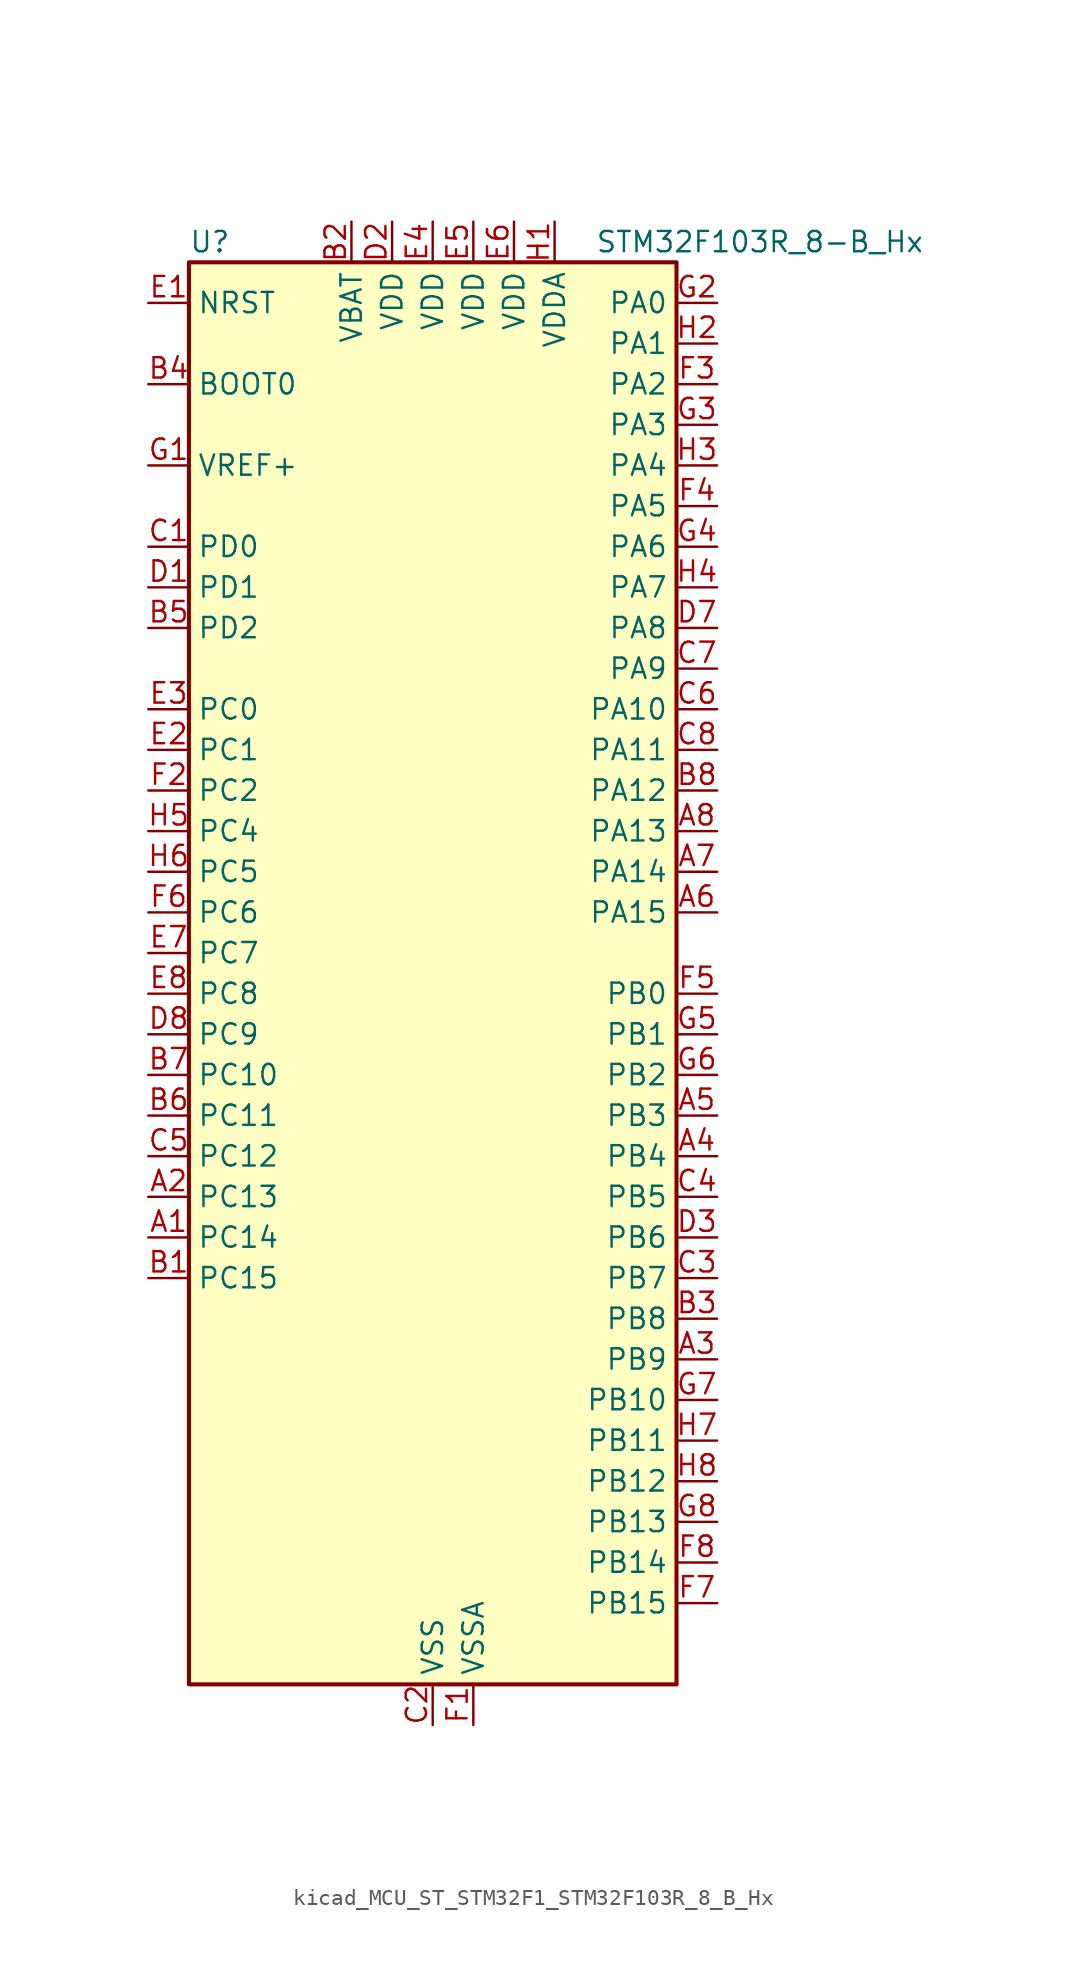
<source format=kicad_sym>
(kicad_symbol_lib
  (version 20220914)
  (generator kicad_symbol_editor)
  (symbol "kicad_MCU_ST_STM32F1_STM32F103R_8_B_Hx"
    (property "Reference" "U"
      (at -15.24 46.99 0)
      (effects (font (size 1.27 1.27)) (justify left)))
    (property "Value" "STM32F103R_8-B_Hx"
      (at 10.16 46.99 0)
      (effects (font (size 1.27 1.27)) (justify left)))
    (property "ki_locked" ""
      (at 0 0 0)
      (effects (font (size 1.27 1.27))))
    (symbol "kicad_MCU_ST_STM32F1_STM32F103R_8_B_Hx_0_1"
      (rectangle (start -15.24 -43.18) (end 15.24 45.72) (stroke (width 0.254) (type default)) (fill (type background))))
    (symbol "kicad_MCU_ST_STM32F1_STM32F103R_8_B_Hx_1_1"
      (pin bidirectional line (at -17.78 -15.24 0) (length 2.54) (name "PC14" (effects (font (size 1.27 1.27)))) (number "A1" (effects (font (size 1.27 1.27)))) (alternate "RCC_OSC32_IN" bidirectional line))
      (pin bidirectional line (at -17.78 -12.7 0) (length 2.54) (name "PC13" (effects (font (size 1.27 1.27)))) (number "A2" (effects (font (size 1.27 1.27)))) (alternate "RTC_OUT" bidirectional line) (alternate "RTC_TAMPER" bidirectional line))
      (pin bidirectional line (at 17.78 -22.86 180) (length 2.54) (name "PB9" (effects (font (size 1.27 1.27)))) (number "A3" (effects (font (size 1.27 1.27)))) (alternate "CAN_TX" bidirectional line) (alternate "I2C1_SDA" bidirectional line) (alternate "TIM4_CH4" bidirectional line))
      (pin bidirectional line (at 17.78 -10.16 180) (length 2.54) (name "PB4" (effects (font (size 1.27 1.27)))) (number "A4" (effects (font (size 1.27 1.27)))) (alternate "SPI1_MISO" bidirectional line) (alternate "SYS_NJTRST" bidirectional line) (alternate "TIM3_CH1" bidirectional line))
      (pin bidirectional line (at 17.78 -7.62 180) (length 2.54) (name "PB3" (effects (font (size 1.27 1.27)))) (number "A5" (effects (font (size 1.27 1.27)))) (alternate "SPI1_SCK" bidirectional line) (alternate "SYS_JTDO-TRACESWO" bidirectional line) (alternate "TIM2_CH2" bidirectional line))
      (pin bidirectional line (at 17.78 5.08 180) (length 2.54) (name "PA15" (effects (font (size 1.27 1.27)))) (number "A6" (effects (font (size 1.27 1.27)))) (alternate "ADC1_EXTI15" bidirectional line) (alternate "ADC2_EXTI15" bidirectional line) (alternate "SPI1_NSS" bidirectional line) (alternate "SYS_JTDI" bidirectional line) (alternate "TIM2_CH1" bidirectional line) (alternate "TIM2_ETR" bidirectional line))
      (pin bidirectional line (at 17.78 7.62 180) (length 2.54) (name "PA14" (effects (font (size 1.27 1.27)))) (number "A7" (effects (font (size 1.27 1.27)))) (alternate "SYS_JTCK-SWCLK" bidirectional line))
      (pin bidirectional line (at 17.78 10.16 180) (length 2.54) (name "PA13" (effects (font (size 1.27 1.27)))) (number "A8" (effects (font (size 1.27 1.27)))) (alternate "SYS_JTMS-SWDIO" bidirectional line))
      (pin bidirectional line (at -17.78 -17.78 0) (length 2.54) (name "PC15" (effects (font (size 1.27 1.27)))) (number "B1" (effects (font (size 1.27 1.27)))) (alternate "ADC1_EXTI15" bidirectional line) (alternate "ADC2_EXTI15" bidirectional line) (alternate "RCC_OSC32_OUT" bidirectional line))
      (pin power_in line (at -5.08 48.26 270) (length 2.54) (name "VBAT" (effects (font (size 1.27 1.27)))) (number "B2" (effects (font (size 1.27 1.27)))))
      (pin bidirectional line (at 17.78 -20.32 180) (length 2.54) (name "PB8" (effects (font (size 1.27 1.27)))) (number "B3" (effects (font (size 1.27 1.27)))) (alternate "CAN_RX" bidirectional line) (alternate "I2C1_SCL" bidirectional line) (alternate "TIM4_CH3" bidirectional line))
      (pin input line (at -17.78 38.1 0) (length 2.54) (name "BOOT0" (effects (font (size 1.27 1.27)))) (number "B4" (effects (font (size 1.27 1.27)))))
      (pin bidirectional line (at -17.78 22.86 0) (length 2.54) (name "PD2" (effects (font (size 1.27 1.27)))) (number "B5" (effects (font (size 1.27 1.27)))) (alternate "TIM3_ETR" bidirectional line))
      (pin bidirectional line (at -17.78 -7.62 0) (length 2.54) (name "PC11" (effects (font (size 1.27 1.27)))) (number "B6" (effects (font (size 1.27 1.27)))) (alternate "ADC1_EXTI11" bidirectional line) (alternate "ADC2_EXTI11" bidirectional line) (alternate "USART3_RX" bidirectional line))
      (pin bidirectional line (at -17.78 -5.08 0) (length 2.54) (name "PC10" (effects (font (size 1.27 1.27)))) (number "B7" (effects (font (size 1.27 1.27)))) (alternate "USART3_TX" bidirectional line))
      (pin bidirectional line (at 17.78 12.7 180) (length 2.54) (name "PA12" (effects (font (size 1.27 1.27)))) (number "B8" (effects (font (size 1.27 1.27)))) (alternate "CAN_TX" bidirectional line) (alternate "TIM1_ETR" bidirectional line) (alternate "USART1_RTS" bidirectional line) (alternate "USB_DP" bidirectional line))
      (pin bidirectional line (at -17.78 27.94 0) (length 2.54) (name "PD0" (effects (font (size 1.27 1.27)))) (number "C1" (effects (font (size 1.27 1.27)))) (alternate "RCC_OSC_IN" bidirectional line))
      (pin power_in line (at 0 -45.72 90) (length 2.54) (name "VSS" (effects (font (size 1.27 1.27)))) (number "C2" (effects (font (size 1.27 1.27)))))
      (pin bidirectional line (at 17.78 -17.78 180) (length 2.54) (name "PB7" (effects (font (size 1.27 1.27)))) (number "C3" (effects (font (size 1.27 1.27)))) (alternate "I2C1_SDA" bidirectional line) (alternate "TIM4_CH2" bidirectional line) (alternate "USART1_RX" bidirectional line))
      (pin bidirectional line (at 17.78 -12.7 180) (length 2.54) (name "PB5" (effects (font (size 1.27 1.27)))) (number "C4" (effects (font (size 1.27 1.27)))) (alternate "I2C1_SMBA" bidirectional line) (alternate "SPI1_MOSI" bidirectional line) (alternate "TIM3_CH2" bidirectional line))
      (pin bidirectional line (at -17.78 -10.16 0) (length 2.54) (name "PC12" (effects (font (size 1.27 1.27)))) (number "C5" (effects (font (size 1.27 1.27)))) (alternate "USART3_CK" bidirectional line))
      (pin bidirectional line (at 17.78 17.78 180) (length 2.54) (name "PA10" (effects (font (size 1.27 1.27)))) (number "C6" (effects (font (size 1.27 1.27)))) (alternate "TIM1_CH3" bidirectional line) (alternate "USART1_RX" bidirectional line))
      (pin bidirectional line (at 17.78 20.32 180) (length 2.54) (name "PA9" (effects (font (size 1.27 1.27)))) (number "C7" (effects (font (size 1.27 1.27)))) (alternate "TIM1_CH2" bidirectional line) (alternate "USART1_TX" bidirectional line))
      (pin bidirectional line (at 17.78 15.24 180) (length 2.54) (name "PA11" (effects (font (size 1.27 1.27)))) (number "C8" (effects (font (size 1.27 1.27)))) (alternate "ADC1_EXTI11" bidirectional line) (alternate "ADC2_EXTI11" bidirectional line) (alternate "CAN_RX" bidirectional line) (alternate "TIM1_CH4" bidirectional line) (alternate "USART1_CTS" bidirectional line) (alternate "USB_DM" bidirectional line))
      (pin bidirectional line (at -17.78 25.4 0) (length 2.54) (name "PD1" (effects (font (size 1.27 1.27)))) (number "D1" (effects (font (size 1.27 1.27)))) (alternate "RCC_OSC_OUT" bidirectional line))
      (pin power_in line (at -2.54 48.26 270) (length 2.54) (name "VDD" (effects (font (size 1.27 1.27)))) (number "D2" (effects (font (size 1.27 1.27)))))
      (pin bidirectional line (at 17.78 -15.24 180) (length 2.54) (name "PB6" (effects (font (size 1.27 1.27)))) (number "D3" (effects (font (size 1.27 1.27)))) (alternate "I2C1_SCL" bidirectional line) (alternate "TIM4_CH1" bidirectional line) (alternate "USART1_TX" bidirectional line))
      (pin passive line (at 0 -45.72 90) (length 2.54) hide (name "VSS" (effects (font (size 1.27 1.27)))) (number "D4" (effects (font (size 1.27 1.27)))))
      (pin passive line (at 0 -45.72 90) (length 2.54) hide (name "VSS" (effects (font (size 1.27 1.27)))) (number "D5" (effects (font (size 1.27 1.27)))))
      (pin passive line (at 0 -45.72 90) (length 2.54) hide (name "VSS" (effects (font (size 1.27 1.27)))) (number "D6" (effects (font (size 1.27 1.27)))))
      (pin bidirectional line (at 17.78 22.86 180) (length 2.54) (name "PA8" (effects (font (size 1.27 1.27)))) (number "D7" (effects (font (size 1.27 1.27)))) (alternate "RCC_MCO" bidirectional line) (alternate "TIM1_CH1" bidirectional line) (alternate "USART1_CK" bidirectional line))
      (pin bidirectional line (at -17.78 -2.54 0) (length 2.54) (name "PC9" (effects (font (size 1.27 1.27)))) (number "D8" (effects (font (size 1.27 1.27)))) (alternate "TIM3_CH4" bidirectional line))
      (pin input line (at -17.78 43.18 0) (length 2.54) (name "NRST" (effects (font (size 1.27 1.27)))) (number "E1" (effects (font (size 1.27 1.27)))))
      (pin bidirectional line (at -17.78 15.24 0) (length 2.54) (name "PC1" (effects (font (size 1.27 1.27)))) (number "E2" (effects (font (size 1.27 1.27)))) (alternate "ADC1_IN11" bidirectional line) (alternate "ADC2_IN11" bidirectional line))
      (pin bidirectional line (at -17.78 17.78 0) (length 2.54) (name "PC0" (effects (font (size 1.27 1.27)))) (number "E3" (effects (font (size 1.27 1.27)))) (alternate "ADC1_IN10" bidirectional line) (alternate "ADC2_IN10" bidirectional line))
      (pin power_in line (at 0 48.26 270) (length 2.54) (name "VDD" (effects (font (size 1.27 1.27)))) (number "E4" (effects (font (size 1.27 1.27)))))
      (pin power_in line (at 2.54 48.26 270) (length 2.54) (name "VDD" (effects (font (size 1.27 1.27)))) (number "E5" (effects (font (size 1.27 1.27)))))
      (pin power_in line (at 5.08 48.26 270) (length 2.54) (name "VDD" (effects (font (size 1.27 1.27)))) (number "E6" (effects (font (size 1.27 1.27)))))
      (pin bidirectional line (at -17.78 2.54 0) (length 2.54) (name "PC7" (effects (font (size 1.27 1.27)))) (number "E7" (effects (font (size 1.27 1.27)))) (alternate "TIM3_CH2" bidirectional line))
      (pin bidirectional line (at -17.78 0 0) (length 2.54) (name "PC8" (effects (font (size 1.27 1.27)))) (number "E8" (effects (font (size 1.27 1.27)))) (alternate "TIM3_CH3" bidirectional line))
      (pin power_in line (at 2.54 -45.72 90) (length 2.54) (name "VSSA" (effects (font (size 1.27 1.27)))) (number "F1" (effects (font (size 1.27 1.27)))))
      (pin bidirectional line (at -17.78 12.7 0) (length 2.54) (name "PC2" (effects (font (size 1.27 1.27)))) (number "F2" (effects (font (size 1.27 1.27)))) (alternate "ADC1_IN12" bidirectional line) (alternate "ADC2_IN12" bidirectional line))
      (pin bidirectional line (at 17.78 38.1 180) (length 2.54) (name "PA2" (effects (font (size 1.27 1.27)))) (number "F3" (effects (font (size 1.27 1.27)))) (alternate "ADC1_IN2" bidirectional line) (alternate "ADC2_IN2" bidirectional line) (alternate "TIM2_CH3" bidirectional line) (alternate "USART2_TX" bidirectional line))
      (pin bidirectional line (at 17.78 30.48 180) (length 2.54) (name "PA5" (effects (font (size 1.27 1.27)))) (number "F4" (effects (font (size 1.27 1.27)))) (alternate "ADC1_IN5" bidirectional line) (alternate "ADC2_IN5" bidirectional line) (alternate "SPI1_SCK" bidirectional line))
      (pin bidirectional line (at 17.78 0 180) (length 2.54) (name "PB0" (effects (font (size 1.27 1.27)))) (number "F5" (effects (font (size 1.27 1.27)))) (alternate "ADC1_IN8" bidirectional line) (alternate "ADC2_IN8" bidirectional line) (alternate "TIM1_CH2N" bidirectional line) (alternate "TIM3_CH3" bidirectional line))
      (pin bidirectional line (at -17.78 5.08 0) (length 2.54) (name "PC6" (effects (font (size 1.27 1.27)))) (number "F6" (effects (font (size 1.27 1.27)))) (alternate "TIM3_CH1" bidirectional line))
      (pin bidirectional line (at 17.78 -38.1 180) (length 2.54) (name "PB15" (effects (font (size 1.27 1.27)))) (number "F7" (effects (font (size 1.27 1.27)))) (alternate "ADC1_EXTI15" bidirectional line) (alternate "ADC2_EXTI15" bidirectional line) (alternate "SPI2_MOSI" bidirectional line) (alternate "TIM1_CH3N" bidirectional line))
      (pin bidirectional line (at 17.78 -35.56 180) (length 2.54) (name "PB14" (effects (font (size 1.27 1.27)))) (number "F8" (effects (font (size 1.27 1.27)))) (alternate "SPI2_MISO" bidirectional line) (alternate "TIM1_CH2N" bidirectional line) (alternate "USART3_RTS" bidirectional line))
      (pin input line (at -17.78 33.02 0) (length 2.54) (name "VREF+" (effects (font (size 1.27 1.27)))) (number "G1" (effects (font (size 1.27 1.27)))))
      (pin bidirectional line (at 17.78 43.18 180) (length 2.54) (name "PA0" (effects (font (size 1.27 1.27)))) (number "G2" (effects (font (size 1.27 1.27)))) (alternate "ADC1_IN0" bidirectional line) (alternate "ADC2_IN0" bidirectional line) (alternate "SYS_WKUP" bidirectional line) (alternate "TIM2_CH1" bidirectional line) (alternate "TIM2_ETR" bidirectional line) (alternate "USART2_CTS" bidirectional line))
      (pin bidirectional line (at 17.78 35.56 180) (length 2.54) (name "PA3" (effects (font (size 1.27 1.27)))) (number "G3" (effects (font (size 1.27 1.27)))) (alternate "ADC1_IN3" bidirectional line) (alternate "ADC2_IN3" bidirectional line) (alternate "TIM2_CH4" bidirectional line) (alternate "USART2_RX" bidirectional line))
      (pin bidirectional line (at 17.78 27.94 180) (length 2.54) (name "PA6" (effects (font (size 1.27 1.27)))) (number "G4" (effects (font (size 1.27 1.27)))) (alternate "ADC1_IN6" bidirectional line) (alternate "ADC2_IN6" bidirectional line) (alternate "SPI1_MISO" bidirectional line) (alternate "TIM1_BKIN" bidirectional line) (alternate "TIM3_CH1" bidirectional line))
      (pin bidirectional line (at 17.78 -2.54 180) (length 2.54) (name "PB1" (effects (font (size 1.27 1.27)))) (number "G5" (effects (font (size 1.27 1.27)))) (alternate "ADC1_IN9" bidirectional line) (alternate "ADC2_IN9" bidirectional line) (alternate "TIM1_CH3N" bidirectional line) (alternate "TIM3_CH4" bidirectional line))
      (pin bidirectional line (at 17.78 -5.08 180) (length 2.54) (name "PB2" (effects (font (size 1.27 1.27)))) (number "G6" (effects (font (size 1.27 1.27)))))
      (pin bidirectional line (at 17.78 -25.4 180) (length 2.54) (name "PB10" (effects (font (size 1.27 1.27)))) (number "G7" (effects (font (size 1.27 1.27)))) (alternate "I2C2_SCL" bidirectional line) (alternate "TIM2_CH3" bidirectional line) (alternate "USART3_TX" bidirectional line))
      (pin bidirectional line (at 17.78 -33.02 180) (length 2.54) (name "PB13" (effects (font (size 1.27 1.27)))) (number "G8" (effects (font (size 1.27 1.27)))) (alternate "SPI2_SCK" bidirectional line) (alternate "TIM1_CH1N" bidirectional line) (alternate "USART3_CTS" bidirectional line))
      (pin power_in line (at 7.62 48.26 270) (length 2.54) (name "VDDA" (effects (font (size 1.27 1.27)))) (number "H1" (effects (font (size 1.27 1.27)))))
      (pin bidirectional line (at 17.78 40.64 180) (length 2.54) (name "PA1" (effects (font (size 1.27 1.27)))) (number "H2" (effects (font (size 1.27 1.27)))) (alternate "ADC1_IN1" bidirectional line) (alternate "ADC2_IN1" bidirectional line) (alternate "TIM2_CH2" bidirectional line) (alternate "USART2_RTS" bidirectional line))
      (pin bidirectional line (at 17.78 33.02 180) (length 2.54) (name "PA4" (effects (font (size 1.27 1.27)))) (number "H3" (effects (font (size 1.27 1.27)))) (alternate "ADC1_IN4" bidirectional line) (alternate "ADC2_IN4" bidirectional line) (alternate "SPI1_NSS" bidirectional line) (alternate "USART2_CK" bidirectional line))
      (pin bidirectional line (at 17.78 25.4 180) (length 2.54) (name "PA7" (effects (font (size 1.27 1.27)))) (number "H4" (effects (font (size 1.27 1.27)))) (alternate "ADC1_IN7" bidirectional line) (alternate "ADC2_IN7" bidirectional line) (alternate "SPI1_MOSI" bidirectional line) (alternate "TIM1_CH1N" bidirectional line) (alternate "TIM3_CH2" bidirectional line))
      (pin bidirectional line (at -17.78 10.16 0) (length 2.54) (name "PC4" (effects (font (size 1.27 1.27)))) (number "H5" (effects (font (size 1.27 1.27)))) (alternate "ADC1_IN14" bidirectional line) (alternate "ADC2_IN14" bidirectional line))
      (pin bidirectional line (at -17.78 7.62 0) (length 2.54) (name "PC5" (effects (font (size 1.27 1.27)))) (number "H6" (effects (font (size 1.27 1.27)))) (alternate "ADC1_IN15" bidirectional line) (alternate "ADC2_IN15" bidirectional line))
      (pin bidirectional line (at 17.78 -27.94 180) (length 2.54) (name "PB11" (effects (font (size 1.27 1.27)))) (number "H7" (effects (font (size 1.27 1.27)))) (alternate "ADC1_EXTI11" bidirectional line) (alternate "ADC2_EXTI11" bidirectional line) (alternate "I2C2_SDA" bidirectional line) (alternate "TIM2_CH4" bidirectional line) (alternate "USART3_RX" bidirectional line))
      (pin bidirectional line (at 17.78 -30.48 180) (length 2.54) (name "PB12" (effects (font (size 1.27 1.27)))) (number "H8" (effects (font (size 1.27 1.27)))) (alternate "I2C2_SMBA" bidirectional line) (alternate "SPI2_NSS" bidirectional line) (alternate "TIM1_BKIN" bidirectional line) (alternate "USART3_CK" bidirectional line)))))
</source>
